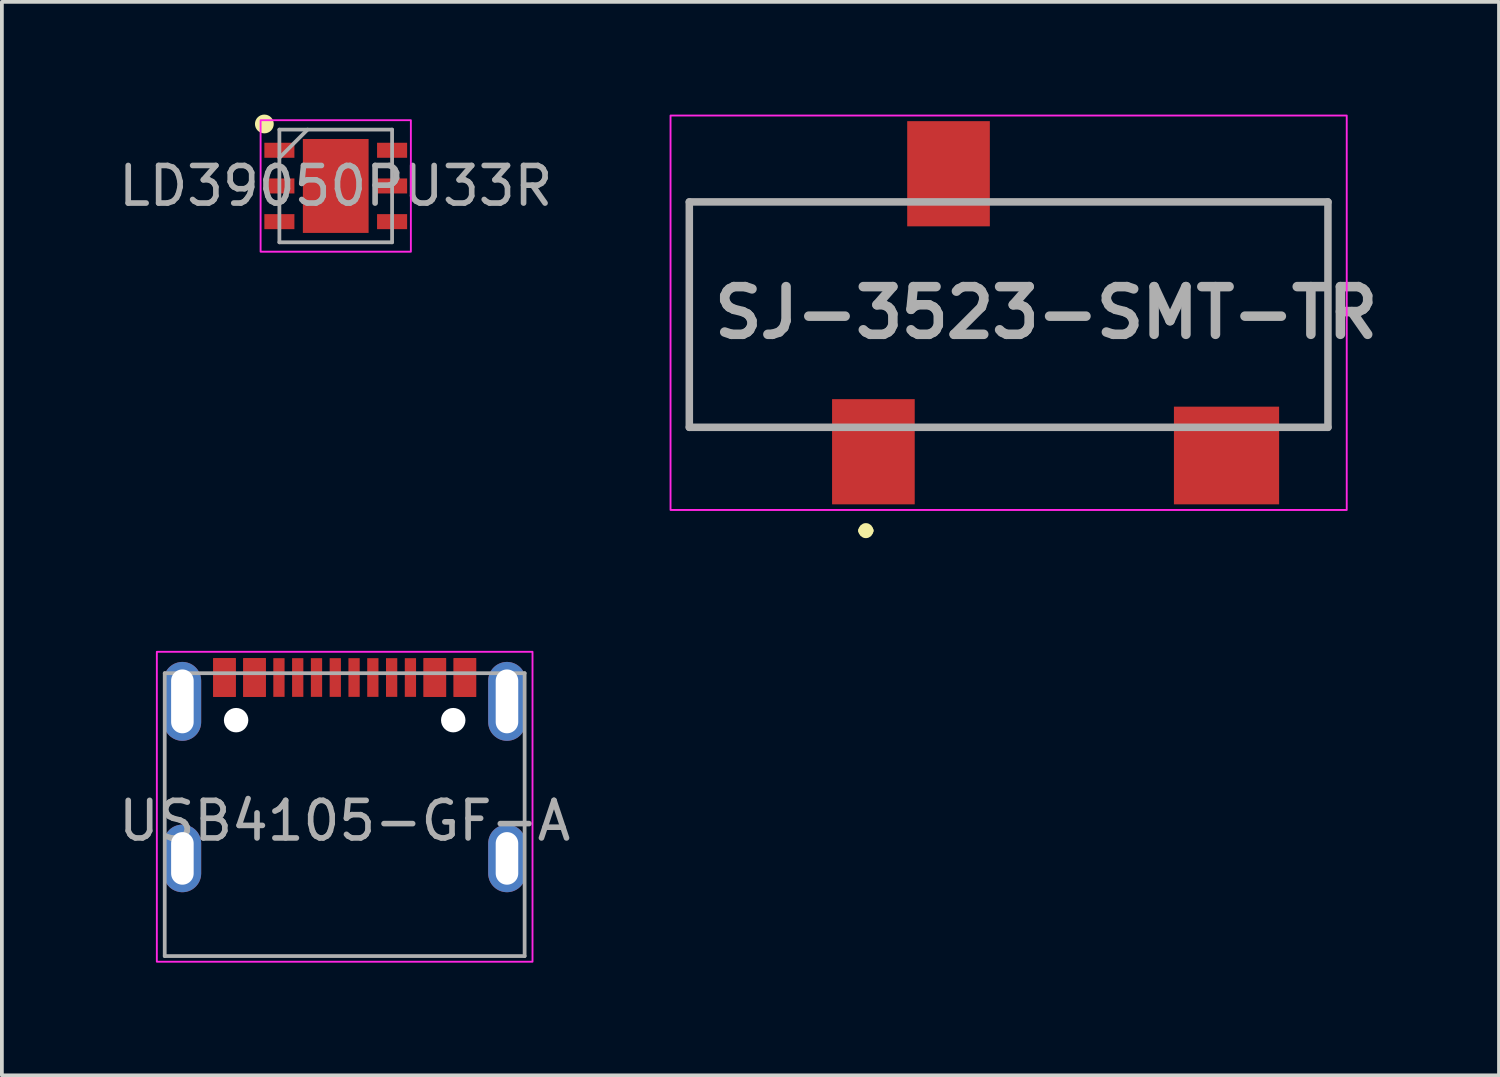
<source format=kicad_pcb>
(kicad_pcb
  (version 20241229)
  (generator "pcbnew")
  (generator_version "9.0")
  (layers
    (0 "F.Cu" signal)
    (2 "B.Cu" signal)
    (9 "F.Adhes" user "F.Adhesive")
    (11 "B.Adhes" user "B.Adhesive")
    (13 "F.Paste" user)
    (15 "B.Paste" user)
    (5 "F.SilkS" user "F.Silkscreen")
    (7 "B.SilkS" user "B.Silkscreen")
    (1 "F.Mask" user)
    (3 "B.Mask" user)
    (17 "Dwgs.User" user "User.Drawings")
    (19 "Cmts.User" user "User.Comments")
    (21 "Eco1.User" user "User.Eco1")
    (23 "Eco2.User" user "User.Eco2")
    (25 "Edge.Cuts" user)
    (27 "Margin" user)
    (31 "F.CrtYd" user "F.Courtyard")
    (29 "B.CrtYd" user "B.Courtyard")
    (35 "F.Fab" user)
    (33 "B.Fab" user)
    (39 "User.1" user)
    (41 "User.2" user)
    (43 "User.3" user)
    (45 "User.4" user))
  (footprint "SJ-3523-SMT-TR"
    (layer "F.Cu")
    (at 17.799 5.275)
    (property "Reference" "SJ-3523-SMT-TR" (at 7 0 0) (layer "F.Fab") (effects (font (size 1.27 1.27) (thickness 0.254))))
    (attr through_hole)
    (fp_line (start 2.1 5.8) (end 2.1 5.8) (stroke (width 0.2) (type solid)) (layer "F.SilkS"))
    (fp_line (start 2.3 5.8) (end 2.3 5.8) (stroke (width 0.2) (type solid)) (layer "F.SilkS"))
    (fp_arc (start 2.1 5.8) (mid 2.2 5.7) (end 2.3 5.8) (stroke (width 0.2) (type solid)) (layer "F.SilkS"))
    (fp_arc (start 2.3 5.8) (mid 2.2 5.9) (end 2.1 5.8) (stroke (width 0.2) (type solid)) (layer "F.SilkS"))
    (fp_rect (start -3 -5.25) (end 15 5.25) (stroke (width 0.05) (type default)) (fill no) (layer "F.CrtYd"))
    (fp_line (start -2.5 -2.95) (end 14.5 -2.95) (stroke (width 0.2) (type solid)) (layer "F.Fab"))
    (fp_line (start -2.5 3.05) (end -2.5 -2.95) (stroke (width 0.2) (type solid)) (layer "F.Fab"))
    (fp_line (start 14.5 -2.95) (end 14.5 3.05) (stroke (width 0.2) (type solid)) (layer "F.Fab"))
    (fp_line (start 14.5 3.05) (end -2.5 3.05) (stroke (width 0.2) (type solid)) (layer "F.Fab"))
    (pad "" np_thru_hole circle (at 3.5 0) (size 0.001 0.001) (drill 1.7) (layers "*.Cu" "*.Mask"))
    (pad "" np_thru_hole circle (at 10.5 0) (size 0.001 0.001) (drill 1.7) (layers "*.Cu" "*.Mask"))
    (pad "R" smd rect (at 4.4 -3.7) (size 2.2 2.8) (layers "F.Cu" "F.Mask" "F.Paste"))
    (pad "S" smd rect (at 2.4 3.7) (size 2.2 2.8) (layers "F.Cu" "F.Mask" "F.Paste"))
    (pad "T" smd rect (at 11.8 3.8 90) (size 2.6 2.8) (layers "F.Cu" "F.Mask" "F.Paste")))
  (footprint "USB4105-GF-A"
    (layer "F.Cu")
    (at 6.125 19.8)
    (property "Reference" "USB4105-GF-A" (at 0 -1 0) (layer "F.Fab") (effects (font (size 1 1) (thickness 0.15))))
    (attr through_hole)
    (fp_rect (start -5 -5.5) (end 5 2.75) (stroke (width 0.05) (type default)) (fill no) (layer "F.CrtYd"))
    (fp_line (start -4.79 -4.93) (end 4.79 -4.93) (stroke (width 0.1) (type solid)) (layer "F.Fab"))
    (fp_line (start -4.79 2.6) (end -4.79 -4.93) (stroke (width 0.1) (type solid)) (layer "F.Fab"))
    (fp_line (start 4.79 -4.93) (end 4.79 2.6) (stroke (width 0.1) (type solid)) (layer "F.Fab"))
    (fp_line (start 4.79 2.6) (end -4.79 2.6) (stroke (width 0.1) (type solid)) (layer "F.Fab"))
    (pad "" np_thru_hole circle (at -2.89 -3.68) (size 0.65 0.65) (drill 0.65) (layers "*.Cu" "*.Mask"))
    (pad "" np_thru_hole circle (at 2.89 -3.68) (size 0.65 0.65) (drill 0.65) (layers "*.Cu" "*.Mask"))
    (pad "A1" smd rect (at -3.2 -4.815) (size 0.6 1.03) (layers "F.Cu" "F.Mask" "F.Paste"))
    (pad "A4" smd rect (at -2.4 -4.815) (size 0.6 1.03) (layers "F.Cu" "F.Mask" "F.Paste"))
    (pad "A5" smd rect (at -1.25 -4.815) (size 0.3 1.03) (layers "F.Cu" "F.Mask" "F.Paste"))
    (pad "A6" smd rect (at -0.25 -4.815) (size 0.3 1.03) (layers "F.Cu" "F.Mask" "F.Paste"))
    (pad "A7" smd rect (at 0.25 -4.815) (size 0.3 1.03) (layers "F.Cu" "F.Mask" "F.Paste"))
    (pad "A8" smd rect (at 1.25 -4.815) (size 0.3 1.03) (layers "F.Cu" "F.Mask" "F.Paste"))
    (pad "A9" smd rect (at 2.4 -4.815) (size 0.6 1.03) (layers "F.Cu" "F.Mask" "F.Paste"))
    (pad "A12" smd rect (at 3.2 -4.815) (size 0.6 1.03) (layers "F.Cu" "F.Mask" "F.Paste"))
    (pad "B1" smd rect (at 3.2 -4.815) (size 0.6 1.03) (layers "F.Cu" "F.Mask" "F.Paste"))
    (pad "B4" smd rect (at 2.4 -4.815) (size 0.6 1.03) (layers "F.Cu" "F.Mask" "F.Paste"))
    (pad "B5" smd rect (at 1.75 -4.815) (size 0.3 1.03) (layers "F.Cu" "F.Mask" "F.Paste"))
    (pad "B6" smd rect (at 0.75 -4.815) (size 0.3 1.03) (layers "F.Cu" "F.Mask" "F.Paste"))
    (pad "B7" smd rect (at -0.75 -4.815) (size 0.3 1.03) (layers "F.Cu" "F.Mask" "F.Paste"))
    (pad "B8" smd rect (at -1.75 -4.815) (size 0.3 1.03) (layers "F.Cu" "F.Mask" "F.Paste"))
    (pad "B9" smd rect (at -2.4 -4.815) (size 0.6 1.03) (layers "F.Cu" "F.Mask" "F.Paste"))
    (pad "B12" smd rect (at -3.2 -4.815) (size 0.6 1.03) (layers "F.Cu" "F.Mask" "F.Paste"))
    (pad "S1" thru_hole oval (at -4.32 -4.18) (size 1 2.1) (drill oval 0.6 1.7) (layers "*.Cu" "*.Mask"))
    (pad "S1" thru_hole oval (at -4.32 0) (size 1 1.8) (drill oval 0.6 1.4) (layers "*.Cu" "*.Mask"))
    (pad "S1" thru_hole oval (at 4.32 -4.18) (size 1 2.1) (drill oval 0.6 1.7) (layers "*.Cu" "*.Mask"))
    (pad "S1" thru_hole oval (at 4.32 0) (size 1 1.8) (drill oval 0.6 1.4) (layers "*.Cu" "*.Mask")))
  (footprint "LD39050PU33R"
    (layer "F.Cu")
    (at 5.887 1.9)
    (property "Reference" "LD39050PU33R" (at 0 0 0) (layer "F.Fab") (effects (font (size 1 1) (thickness 0.15))))
    (attr smd)
    (fp_circle (center -1.9 -1.65) (end -1.9 -1.525) (stroke (width 0.25) (type solid)) (fill no) (layer "F.SilkS"))
    (fp_rect (start -2 -1.75) (end 2 1.75) (stroke (width 0.05) (type default)) (fill no) (layer "F.CrtYd"))
    (fp_line (start -1.5 -1.5) (end 1.5 -1.5) (stroke (width 0.1) (type solid)) (layer "F.Fab"))
    (fp_line (start -1.5 -0.75) (end -0.75 -1.5) (stroke (width 0.1) (type solid)) (layer "F.Fab"))
    (fp_line (start -1.5 1.5) (end -1.5 -1.5) (stroke (width 0.1) (type solid)) (layer "F.Fab"))
    (fp_line (start 1.5 -1.5) (end 1.5 1.5) (stroke (width 0.1) (type solid)) (layer "F.Fab"))
    (fp_line (start 1.5 1.5) (end -1.5 1.5) (stroke (width 0.1) (type solid)) (layer "F.Fab"))
    (pad "1" smd rect (at -1.5 -0.95 90) (size 0.4 0.8) (layers "F.Cu" "F.Mask" "F.Paste"))
    (pad "2" smd rect (at -1.5 0 90) (size 0.4 0.8) (layers "F.Cu" "F.Mask" "F.Paste"))
    (pad "3" smd rect (at -1.5 0.95 90) (size 0.4 0.8) (layers "F.Cu" "F.Mask" "F.Paste"))
    (pad "4" smd rect (at 1.5 0.95 90) (size 0.4 0.8) (layers "F.Cu" "F.Mask" "F.Paste"))
    (pad "5" smd rect (at 1.5 0 90) (size 0.4 0.8) (layers "F.Cu" "F.Mask" "F.Paste"))
    (pad "6" smd rect (at 1.5 -0.95 90) (size 0.4 0.8) (layers "F.Cu" "F.Mask" "F.Paste"))
    (pad "7" smd rect (at 0 0) (size 1.75 2.5) (layers "F.Cu" "F.Mask" "F.Paste")))
  (gr_rect
    (start -3 -3)
    (end 36.852 25.575)
    (stroke (width 0.1) (type default))
    (fill no)
    (layer "Edge.Cuts")))
</source>
